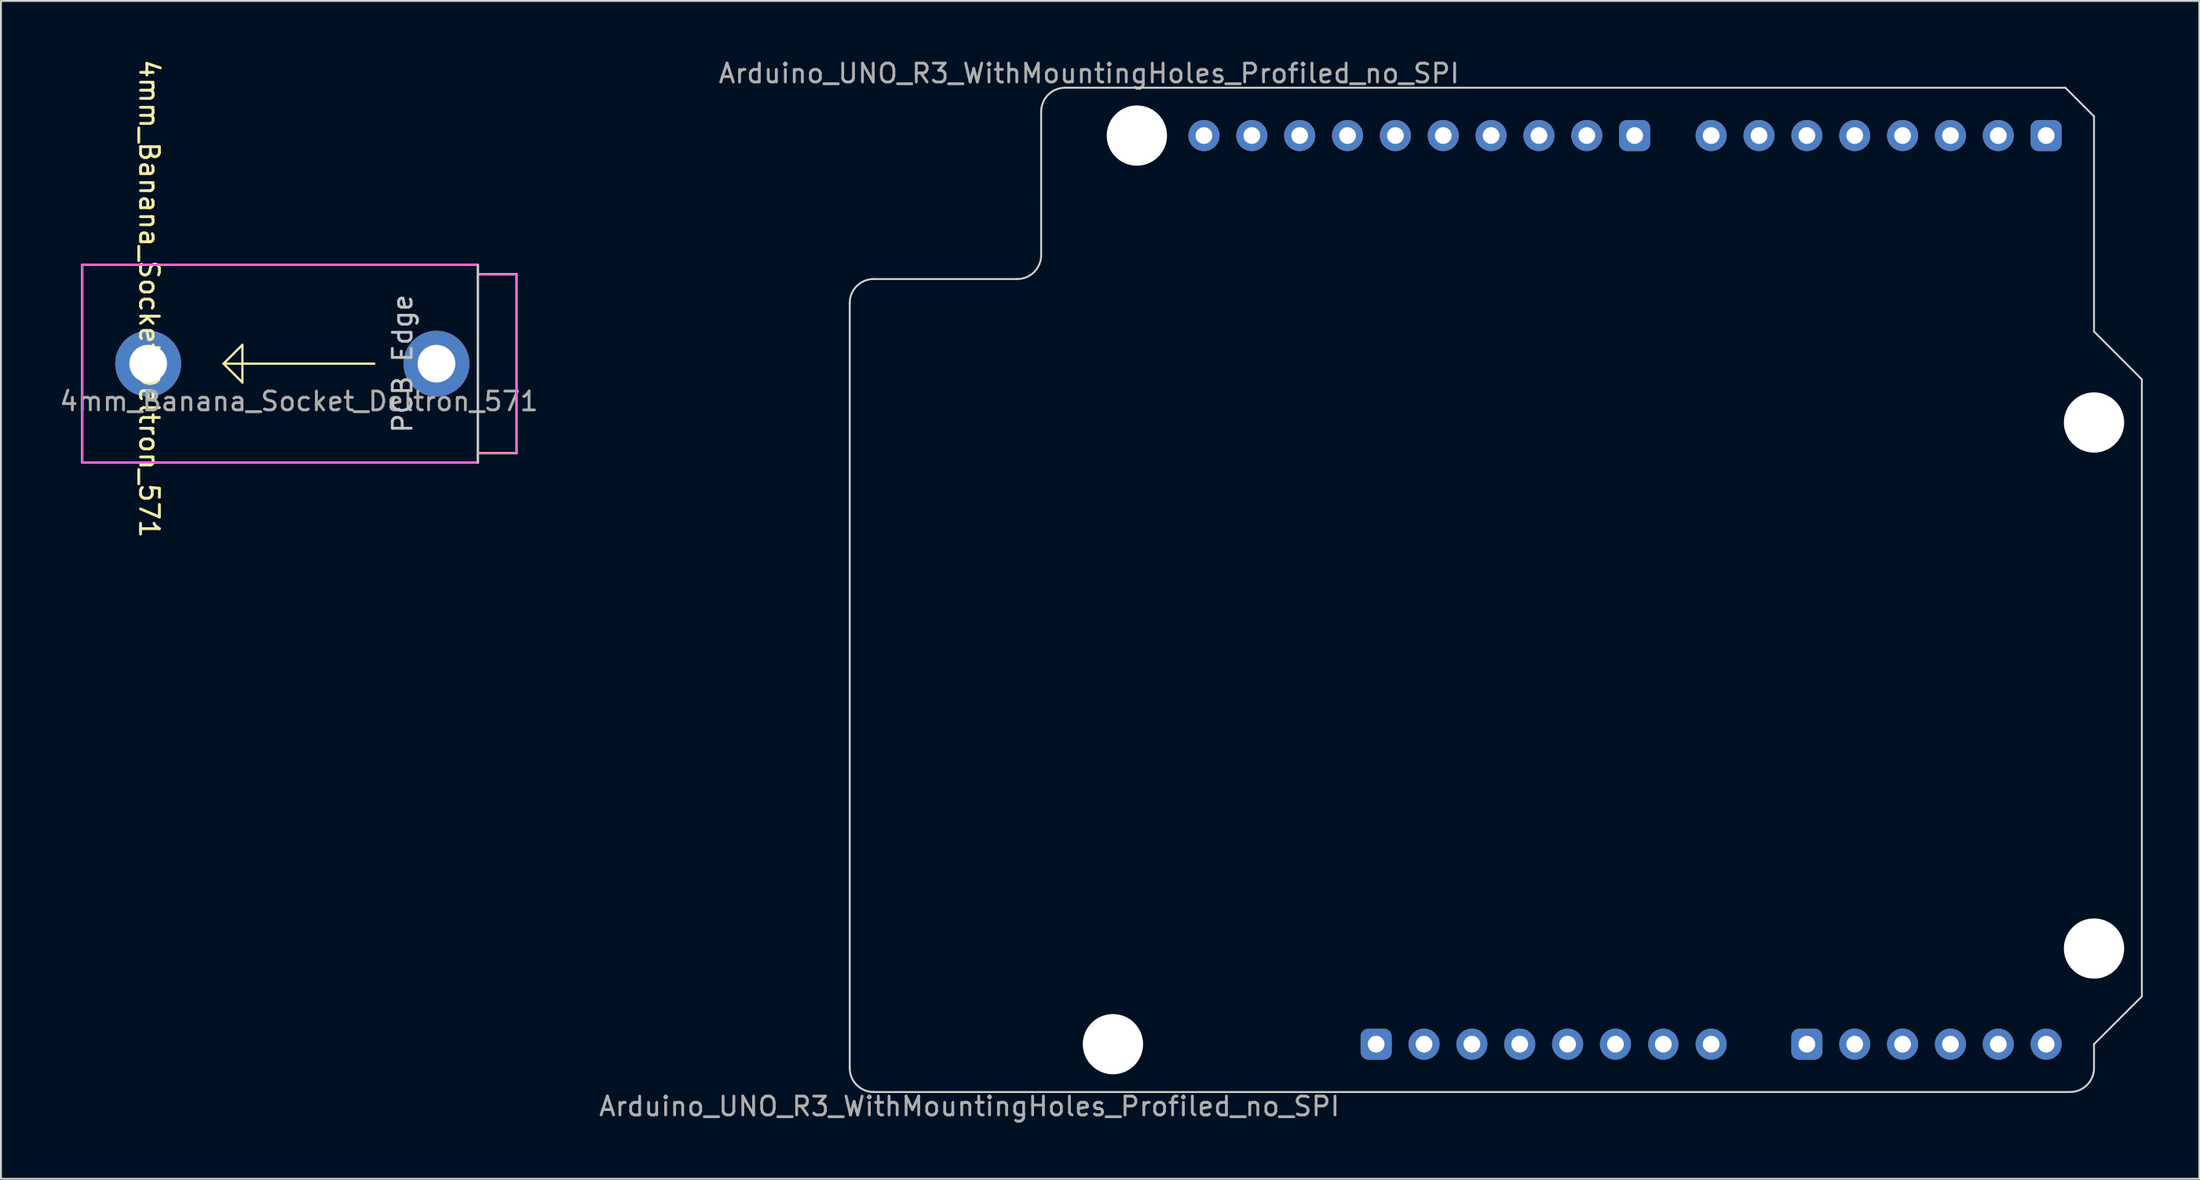
<source format=kicad_pcb>
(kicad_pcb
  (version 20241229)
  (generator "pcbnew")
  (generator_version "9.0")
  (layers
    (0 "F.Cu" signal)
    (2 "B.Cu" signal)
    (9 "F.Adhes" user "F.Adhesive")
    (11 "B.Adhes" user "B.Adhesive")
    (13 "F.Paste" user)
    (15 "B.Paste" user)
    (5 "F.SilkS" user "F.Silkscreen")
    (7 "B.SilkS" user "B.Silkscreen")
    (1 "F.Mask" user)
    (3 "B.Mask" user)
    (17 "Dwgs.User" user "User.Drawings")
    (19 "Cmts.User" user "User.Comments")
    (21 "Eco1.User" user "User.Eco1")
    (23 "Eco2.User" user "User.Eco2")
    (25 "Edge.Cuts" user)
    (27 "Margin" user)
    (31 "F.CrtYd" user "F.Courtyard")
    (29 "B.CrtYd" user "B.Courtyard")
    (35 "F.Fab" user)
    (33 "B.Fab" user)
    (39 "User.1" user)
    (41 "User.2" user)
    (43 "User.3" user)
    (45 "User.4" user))
  (footprint "4mm_Banana_Socket_Deltron_571"
    (layer "F.Cu")
    (at 4.815 16.265)
    (property "Reference" "4mm_Banana_Socket_Deltron_571" (at 0.05 -3.45 270) (unlocked yes) (layer "F.SilkS") (effects (font (size 1 1) (thickness 0.15))))
    (attr through_hole)
    (fp_line (start -3.5 5.25) (end -3.5 -5.25) (stroke (width 0.12) (type solid)) (layer "F.SilkS"))
    (fp_line (start -3.5 5.25) (end 17.5 5.25) (stroke (width 0.12) (type solid)) (layer "F.SilkS"))
    (fp_line (start 4 0) (end 5 -1) (stroke (width 0.12) (type solid)) (layer "F.SilkS"))
    (fp_line (start 4 0) (end 5 1) (stroke (width 0.12) (type solid)) (layer "F.SilkS"))
    (fp_line (start 5 -1) (end 5 1) (stroke (width 0.12) (type solid)) (layer "F.SilkS"))
    (fp_line (start 12 0) (end 4 0) (stroke (width 0.12) (type solid)) (layer "F.SilkS"))
    (fp_line (start 17.45 -5.25) (end -3.5 -5.25) (stroke (width 0.12) (type solid)) (layer "F.SilkS"))
    (fp_line (start 17.5 5.25) (end 17.5 -5.25) (stroke (width 0.12) (type solid)) (layer "F.SilkS"))
    (fp_line (start 19.55 -4.75) (end 17.5 -4.75) (stroke (width 0.12) (type solid)) (layer "F.SilkS"))
    (fp_line (start 19.55 4.75) (end 17.525 4.75) (stroke (width 0.12) (type solid)) (layer "F.SilkS"))
    (fp_line (start 19.55 4.75) (end 19.55 -4.75) (stroke (width 0.12) (type solid)) (layer "F.SilkS"))
    (fp_line (start 17.5 -5.25) (end 17.5 5.25) (stroke (width 0.12) (type solid)) (layer "Dwgs.User"))
    (fp_line (start -3.5 -5.25) (end 17.5 -5.25) (stroke (width 0.05) (type solid)) (layer "F.CrtYd"))
    (fp_line (start -3.5 5.25) (end -3.5 -5.25) (stroke (width 0.05) (type solid)) (layer "F.CrtYd"))
    (fp_line (start 17.5 -5.25) (end 17.5 -4.75) (stroke (width 0.05) (type solid)) (layer "F.CrtYd"))
    (fp_line (start 17.5 -4.75) (end 19.55 -4.75) (stroke (width 0.05) (type solid)) (layer "F.CrtYd"))
    (fp_line (start 17.5 4.75) (end 17.5 5.25) (stroke (width 0.05) (type solid)) (layer "F.CrtYd"))
    (fp_line (start 17.5 5.25) (end -3.5 5.25) (stroke (width 0.05) (type solid)) (layer "F.CrtYd"))
    (fp_line (start 19.55 -4.75) (end 19.55 4.75) (stroke (width 0.05) (type solid)) (layer "F.CrtYd"))
    (fp_line (start 19.55 4.75) (end 17.5 4.75) (stroke (width 0.05) (type solid)) (layer "F.CrtYd"))
    (fp_line (start -3.5 -5.25) (end 17.5 -5.25) (stroke (width 0.1) (type solid)) (layer "F.Fab"))
    (fp_line (start -3.5 5.25) (end -3.5 -5.25) (stroke (width 0.1) (type solid)) (layer "F.Fab"))
    (fp_line (start 17.5 -5.25) (end 17.5 5.25) (stroke (width 0.1) (type solid)) (layer "F.Fab"))
    (fp_line (start 17.5 5.25) (end -3.5 5.25) (stroke (width 0.1) (type solid)) (layer "F.Fab"))
    (fp_text user "PCB Edge" (at 13.5 0 90) (unlocked yes) (layer "Dwgs.User") (effects (font (size 1 1) (thickness 0.15))))
    (fp_text user "${REFERENCE}" (at 8 2 0) (unlocked yes) (layer "F.Fab") (effects (font (size 1 1) (thickness 0.15))))
    (pad "1" thru_hole circle (at 0 0) (size 3.5 3.5) (drill 2) (layers "*.Cu" "*.Mask"))
    (pad "1" thru_hole circle (at 15.3 0) (size 3.5 3.5) (drill 2) (layers "*.Cu" "*.Mask")))
  (footprint "Arduino_UNO_R3_WithMountingHoles_Profiled_no_SPI"
    (layer "F.Cu")
    (at 42.049 4.15)
    (property "Reference" "Arduino_UNO_R3_WithMountingHoles_Profiled_no_SPI" (at 12.7 -3.302 180) (layer "F.Fab") (effects (font (size 1 1) (thickness 0.15))))
    (attr through_hole)
    (fp_line (start 0 8.89) (end 0 49.53) (stroke (width 0.1) (type solid)) (layer "Edge.Cuts"))
    (fp_line (start 1.27 50.8) (end 64.77 50.8) (stroke (width 0.1) (type solid)) (layer "Edge.Cuts"))
    (fp_line (start 8.89 7.62) (end 1.27 7.62) (stroke (width 0.1) (type default)) (layer "Edge.Cuts"))
    (fp_line (start 10.16 -1.27) (end 10.16 3.81) (stroke (width 0.1) (type default)) (layer "Edge.Cuts"))
    (fp_line (start 10.16 3.81) (end 10.16 6.35) (stroke (width 0.1) (type default)) (layer "Edge.Cuts"))
    (fp_line (start 64.52 -2.54) (end 11.43 -2.54) (stroke (width 0.1) (type solid)) (layer "Edge.Cuts"))
    (fp_line (start 66.04 -1.02) (end 64.52 -2.54) (stroke (width 0.1) (type solid)) (layer "Edge.Cuts"))
    (fp_line (start 66.04 10.41) (end 66.04 -1.02) (stroke (width 0.1) (type solid)) (layer "Edge.Cuts"))
    (fp_line (start 66.04 48.26) (end 68.58 45.72) (stroke (width 0.1) (type solid)) (layer "Edge.Cuts"))
    (fp_line (start 66.04 49.53) (end 66.04 48.26) (stroke (width 0.1) (type solid)) (layer "Edge.Cuts"))
    (fp_line (start 68.58 12.95) (end 66.04 10.41) (stroke (width 0.1) (type solid)) (layer "Edge.Cuts"))
    (fp_line (start 68.58 45.72) (end 68.58 12.95) (stroke (width 0.1) (type solid)) (layer "Edge.Cuts"))
    (fp_arc (start 0 8.89) (mid 0.371974 7.991974) (end 1.27 7.62) (stroke (width 0.1) (type default)) (layer "Edge.Cuts"))
    (fp_arc (start 1.27 50.8) (mid 0.371974 50.428026) (end 0 49.53) (stroke (width 0.1) (type default)) (layer "Edge.Cuts"))
    (fp_arc (start 10.16 -1.27) (mid 10.531974 -2.168026) (end 11.43 -2.54) (stroke (width 0.1) (type default)) (layer "Edge.Cuts"))
    (fp_arc (start 10.16 6.35) (mid 9.788026 7.248026) (end 8.89 7.62) (stroke (width 0.1) (type default)) (layer "Edge.Cuts"))
    (fp_arc (start 66.04 49.53) (mid 65.668026 50.428026) (end 64.77 50.8) (stroke (width 0.1) (type default)) (layer "Edge.Cuts"))
    (fp_line (start 0.102 8.788) (end 0.152 49.632) (stroke (width 0.1) (type default)) (layer "Margin"))
    (fp_line (start 1.168 7.722) (end 8.941 7.722) (stroke (width 0.1) (type default)) (layer "Margin"))
    (fp_line (start 1.219 50.698) (end 64.821 50.698) (stroke (width 0.1) (type default)) (layer "Margin"))
    (fp_line (start 10.262 -1.321) (end 10.262 6.401) (stroke (width 0.1) (type default)) (layer "Margin"))
    (fp_line (start 64.465 -2.438) (end 11.379 -2.438) (stroke (width 0.1) (type default)) (layer "Margin"))
    (fp_line (start 65.938 -0.965) (end 64.465 -2.438) (stroke (width 0.1) (type default)) (layer "Margin"))
    (fp_line (start 65.938 10.465) (end 65.938 -0.965) (stroke (width 0.1) (type default)) (layer "Margin"))
    (fp_line (start 65.938 48.209) (end 68.478 45.669) (stroke (width 0.1) (type default)) (layer "Margin"))
    (fp_line (start 65.938 49.581) (end 65.938 48.209) (stroke (width 0.1) (type default)) (layer "Margin"))
    (fp_line (start 68.478 13.005) (end 65.938 10.465) (stroke (width 0.1) (type default)) (layer "Margin"))
    (fp_line (start 68.478 45.669) (end 68.478 13.005) (stroke (width 0.1) (type default)) (layer "Margin"))
    (fp_arc (start 0.1016 8.7884) (mid 0.414058 8.034058) (end 1.1684 7.7216) (stroke (width 0.1) (type default)) (layer "Margin"))
    (fp_arc (start 1.2192 50.6984) (mid 0.464858 50.385942) (end 0.1524 49.6316) (stroke (width 0.1) (type default)) (layer "Margin"))
    (fp_arc (start 10.2616 -1.3208) (mid 10.588937 -2.111063) (end 11.3792 -2.4384) (stroke (width 0.1) (type default)) (layer "Margin"))
    (fp_arc (start 10.2616 6.4008) (mid 9.874747 7.334747) (end 8.9408 7.7216) (stroke (width 0.1) (type default)) (layer "Margin"))
    (fp_arc (start 65.9384 49.5808) (mid 65.611063 50.371063) (end 64.8208 50.6984) (stroke (width 0.1) (type default)) (layer "Margin"))
    (fp_text user "${REFERENCE}" (at 6.35 51.562 180) (layer "F.Fab") (effects (font (size 1 1) (thickness 0.15))))
    (pad "" np_thru_hole circle (at 13.97 48.26 270) (size 3.2 3.2) (drill 3.2) (layers "*.Cu" "*.Mask"))
    (pad "" np_thru_hole circle (at 15.24 0 270) (size 3.2 3.2) (drill 3.2) (layers "*.Cu" "*.Mask"))
    (pad "" np_thru_hole circle (at 66.04 15.24 270) (size 3.2 3.2) (drill 3.2) (layers "*.Cu" "*.Mask"))
    (pad "" np_thru_hole circle (at 66.04 43.18 270) (size 3.2 3.2) (drill 3.2) (layers "*.Cu" "*.Mask"))
    (pad "1" thru_hole roundrect (at 27.94 48.26 270) (size 1.651 1.651) (drill 0.889) (layers "*.Cu" "*.Mask") (roundrect_rratio 0.25))
    (pad "2" thru_hole circle (at 30.48 48.26 270) (size 1.651 1.651) (drill 0.889) (layers "*.Cu" "*.Mask"))
    (pad "3" thru_hole circle (at 33.02 48.26 270) (size 1.651 1.651) (drill 0.889) (layers "*.Cu" "*.Mask"))
    (pad "4" thru_hole circle (at 35.56 48.26 270) (size 1.651 1.651) (drill 0.889) (layers "*.Cu" "*.Mask"))
    (pad "5" thru_hole circle (at 38.1 48.26 270) (size 1.651 1.651) (drill 0.889) (layers "*.Cu" "*.Mask"))
    (pad "6" thru_hole circle (at 40.64 48.26 270) (size 1.651 1.651) (drill 0.889) (layers "*.Cu" "*.Mask"))
    (pad "7" thru_hole oval (at 43.18 48.26 270) (size 1.651 1.6) (drill 0.889) (layers "*.Cu" "*.Mask"))
    (pad "8" thru_hole circle (at 45.72 48.26 270) (size 1.651 1.651) (drill 0.889) (layers "*.Cu" "*.Mask"))
    (pad "9" thru_hole roundrect (at 50.8 48.26 270) (size 1.651 1.651) (drill 0.889) (layers "*.Cu" "*.Mask") (roundrect_rratio 0.25))
    (pad "10" thru_hole circle (at 53.34 48.26 270) (size 1.651 1.651) (drill 0.889) (layers "*.Cu" "*.Mask"))
    (pad "11" thru_hole circle (at 55.88 48.26 270) (size 1.651 1.651) (drill 0.889) (layers "*.Cu" "*.Mask"))
    (pad "12" thru_hole circle (at 58.42 48.26 270) (size 1.651 1.651) (drill 0.889) (layers "*.Cu" "*.Mask"))
    (pad "13" thru_hole circle (at 60.96 48.26 270) (size 1.651 1.651) (drill 0.889) (layers "*.Cu" "*.Mask"))
    (pad "14" thru_hole circle (at 63.5 48.26 270) (size 1.651 1.651) (drill 0.889) (layers "*.Cu" "*.Mask"))
    (pad "15" thru_hole roundrect (at 63.5 0 270) (size 1.651 1.651) (drill 0.889) (layers "*.Cu" "*.Mask") (roundrect_rratio 0.25))
    (pad "16" thru_hole circle (at 60.96 0 270) (size 1.651 1.651) (drill 0.889) (layers "*.Cu" "*.Mask"))
    (pad "17" thru_hole circle (at 58.42 0 270) (size 1.651 1.651) (drill 0.889) (layers "*.Cu" "*.Mask"))
    (pad "18" thru_hole circle (at 55.88 0 270) (size 1.651 1.651) (drill 0.889) (layers "*.Cu" "*.Mask"))
    (pad "19" thru_hole circle (at 53.34 0 270) (size 1.651 1.651) (drill 0.889) (layers "*.Cu" "*.Mask"))
    (pad "20" thru_hole circle (at 50.8 0 270) (size 1.651 1.651) (drill 0.889) (layers "*.Cu" "*.Mask"))
    (pad "21" thru_hole circle (at 48.26 0 270) (size 1.651 1.651) (drill 0.889) (layers "*.Cu" "*.Mask"))
    (pad "22" thru_hole circle (at 45.72 0 270) (size 1.651 1.651) (drill 0.889) (layers "*.Cu" "*.Mask"))
    (pad "23" thru_hole roundrect (at 41.66 0 270) (size 1.651 1.651) (drill 0.889) (layers "*.Cu" "*.Mask") (roundrect_rratio 0.25))
    (pad "24" thru_hole circle (at 39.12 0 270) (size 1.651 1.651) (drill 0.889) (layers "*.Cu" "*.Mask"))
    (pad "25" thru_hole circle (at 36.58 0 270) (size 1.651 1.651) (drill 0.889) (layers "*.Cu" "*.Mask"))
    (pad "26" thru_hole circle (at 34.04 0 270) (size 1.651 1.651) (drill 0.889) (layers "*.Cu" "*.Mask"))
    (pad "27" thru_hole circle (at 31.5 0 270) (size 1.651 1.651) (drill 0.889) (layers "*.Cu" "*.Mask"))
    (pad "28" thru_hole circle (at 28.96 0 270) (size 1.651 1.651) (drill 0.889) (layers "*.Cu" "*.Mask"))
    (pad "29" thru_hole circle (at 26.42 0 270) (size 1.651 1.651) (drill 0.889) (layers "*.Cu" "*.Mask"))
    (pad "30" thru_hole circle (at 23.88 0 270) (size 1.651 1.651) (drill 0.889) (layers "*.Cu" "*.Mask"))
    (pad "31" thru_hole circle (at 21.34 0 270) (size 1.651 1.651) (drill 0.889) (layers "*.Cu" "*.Mask"))
    (pad "32" thru_hole circle (at 18.8 0 270) (size 1.651 1.651) (drill 0.889) (layers "*.Cu" "*.Mask")))
  (gr_rect
    (start -3 -3)
    (end 113.679 59.56)
    (stroke (width 0.1) (type default))
    (fill no)
    (layer "Edge.Cuts")))
</source>
